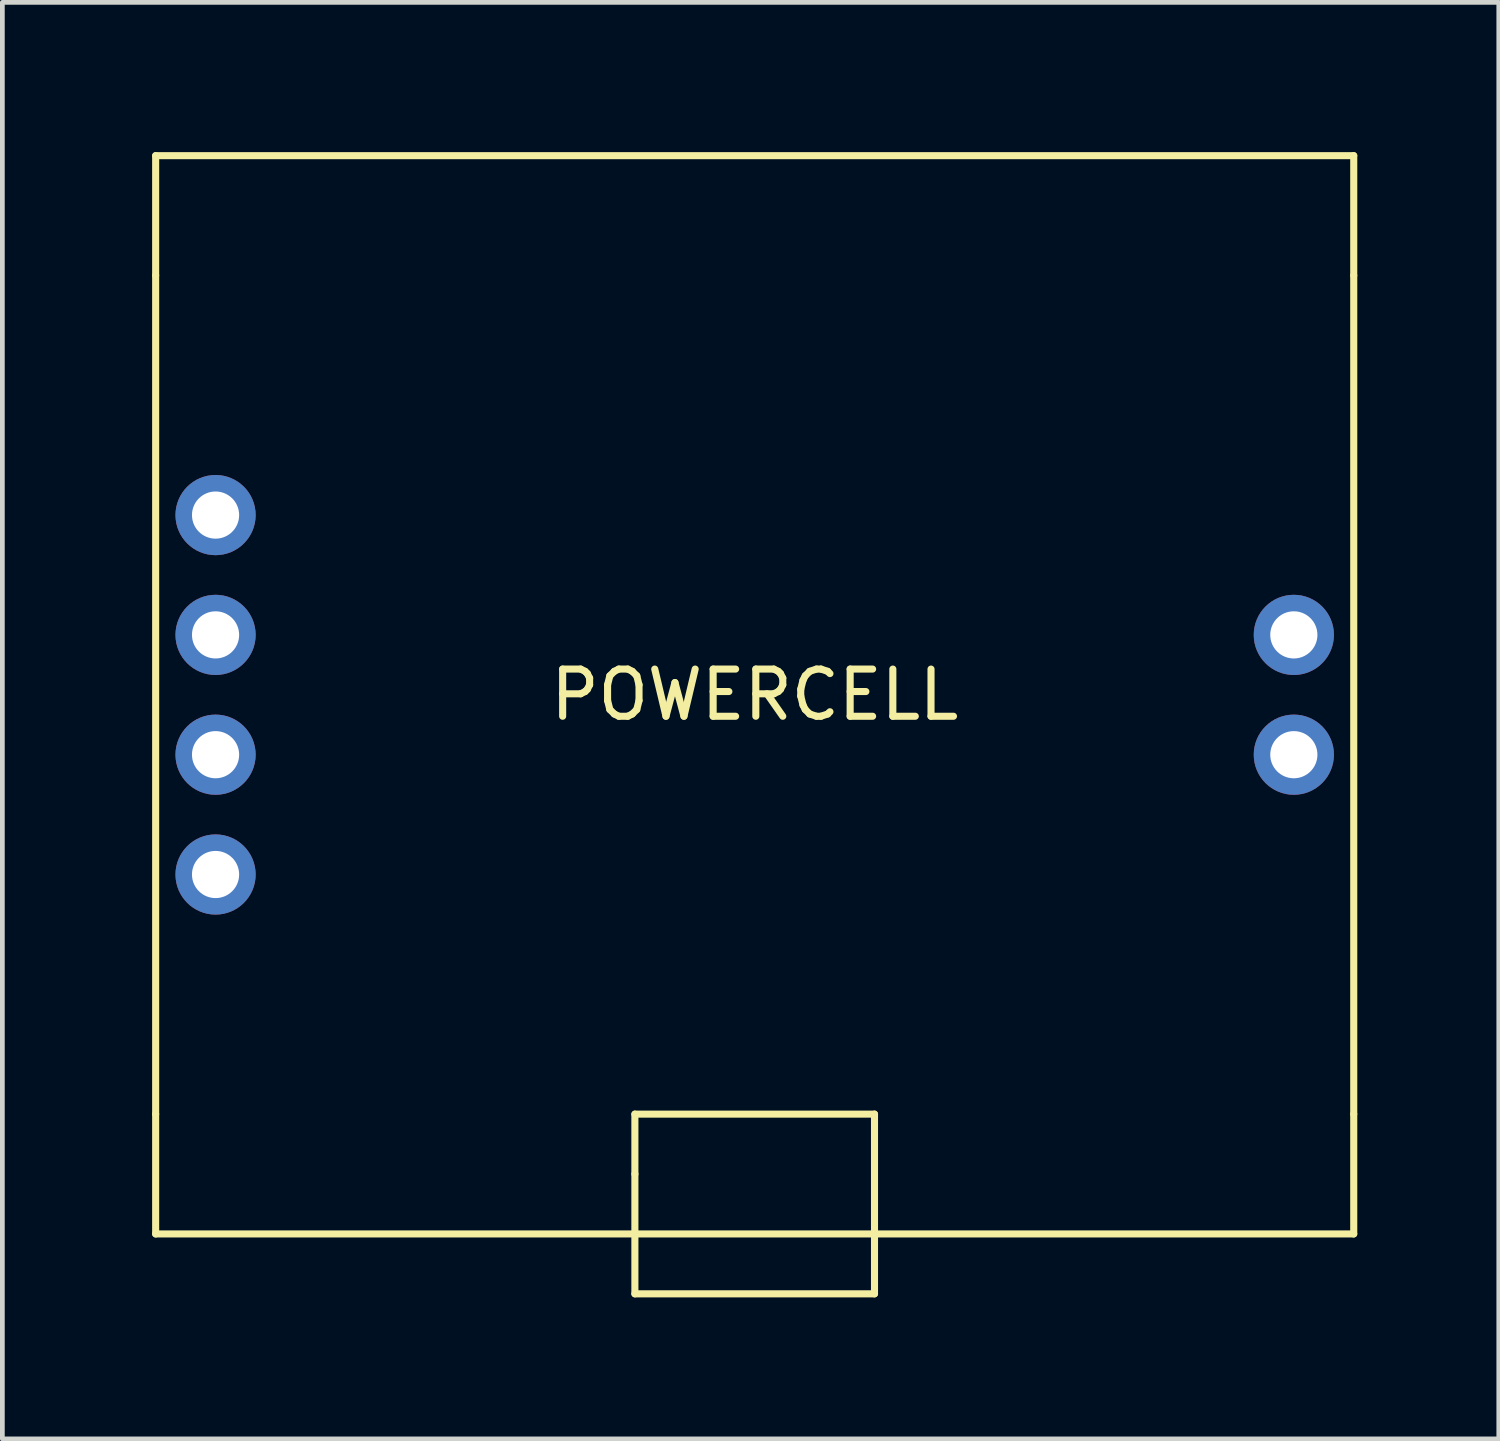
<source format=kicad_pcb>
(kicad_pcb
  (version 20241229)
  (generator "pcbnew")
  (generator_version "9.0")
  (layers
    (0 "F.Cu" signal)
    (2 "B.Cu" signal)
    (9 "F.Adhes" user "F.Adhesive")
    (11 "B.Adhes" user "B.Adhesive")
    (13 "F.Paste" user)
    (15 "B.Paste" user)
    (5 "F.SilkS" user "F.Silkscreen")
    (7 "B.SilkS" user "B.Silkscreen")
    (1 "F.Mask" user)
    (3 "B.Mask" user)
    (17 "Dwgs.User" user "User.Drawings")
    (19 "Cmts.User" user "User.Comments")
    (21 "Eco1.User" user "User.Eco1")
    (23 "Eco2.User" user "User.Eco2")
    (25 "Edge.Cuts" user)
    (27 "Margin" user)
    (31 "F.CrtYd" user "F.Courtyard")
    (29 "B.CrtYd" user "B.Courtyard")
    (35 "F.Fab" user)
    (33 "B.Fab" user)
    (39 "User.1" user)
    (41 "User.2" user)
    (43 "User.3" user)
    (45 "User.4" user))
  (footprint "POWERCELL"
    (layer "F.Cu")
    (at 0.25 0.25)
    (property "Reference" "POWERCELL" (at 12.7 11.43 0) (layer "F.SilkS") (effects (font (size 1 1) (thickness 0.15))))
    (attr through_hole)
    (fp_line (start 0 2.54) (end 0 0) (stroke (width 0.15) (type solid)) (layer "F.SilkS"))
    (fp_line (start 0 2.54) (end 0 20.32) (stroke (width 0.15) (type solid)) (layer "F.SilkS"))
    (fp_line (start 0 20.32) (end 0 22.86) (stroke (width 0.15) (type solid)) (layer "F.SilkS"))
    (fp_line (start 0 22.86) (end 25.4 22.86) (stroke (width 0.15) (type solid)) (layer "F.SilkS"))
    (fp_line (start 10.16 20.32) (end 10.16 21.59) (stroke (width 0.15) (type solid)) (layer "F.SilkS"))
    (fp_line (start 10.16 21.59) (end 10.16 24.13) (stroke (width 0.15) (type solid)) (layer "F.SilkS"))
    (fp_line (start 10.16 24.13) (end 15.24 24.13) (stroke (width 0.15) (type solid)) (layer "F.SilkS"))
    (fp_line (start 15.24 20.32) (end 10.16 20.32) (stroke (width 0.15) (type solid)) (layer "F.SilkS"))
    (fp_line (start 15.24 24.13) (end 15.24 20.32) (stroke (width 0.15) (type solid)) (layer "F.SilkS"))
    (fp_line (start 25.4 0) (end 0 0) (stroke (width 0.15) (type solid)) (layer "F.SilkS"))
    (fp_line (start 25.4 0) (end 25.4 2.54) (stroke (width 0.15) (type solid)) (layer "F.SilkS"))
    (fp_line (start 25.4 20.32) (end 25.4 2.54) (stroke (width 0.15) (type solid)) (layer "F.SilkS"))
    (fp_line (start 25.4 20.32) (end 25.4 22.86) (stroke (width 0.15) (type solid)) (layer "F.SilkS"))
    (pad "1" thru_hole circle (at 1.27 7.62) (size 1.7 1.7) (drill 1) (layers "*.Cu" "*.Mask"))
    (pad "2" thru_hole circle (at 1.27 10.16) (size 1.7 1.7) (drill 1) (layers "*.Cu" "*.Mask"))
    (pad "3" thru_hole circle (at 1.27 12.7) (size 1.7 1.7) (drill 1) (layers "*.Cu" "*.Mask"))
    (pad "4" thru_hole circle (at 1.27 15.24) (size 1.7 1.7) (drill 1) (layers "*.Cu" "*.Mask"))
    (pad "5" thru_hole circle (at 24.13 10.16) (size 1.7 1.7) (drill 1) (layers "*.Cu" "*.Mask"))
    (pad "6" thru_hole circle (at 24.13 12.7) (size 1.7 1.7) (drill 1) (layers "*.Cu" "*.Mask")))
  (gr_rect
    (start -3 -3)
    (end 28.725 27.455)
    (stroke (width 0.1) (type default))
    (fill no)
    (layer "Edge.Cuts")))
</source>
